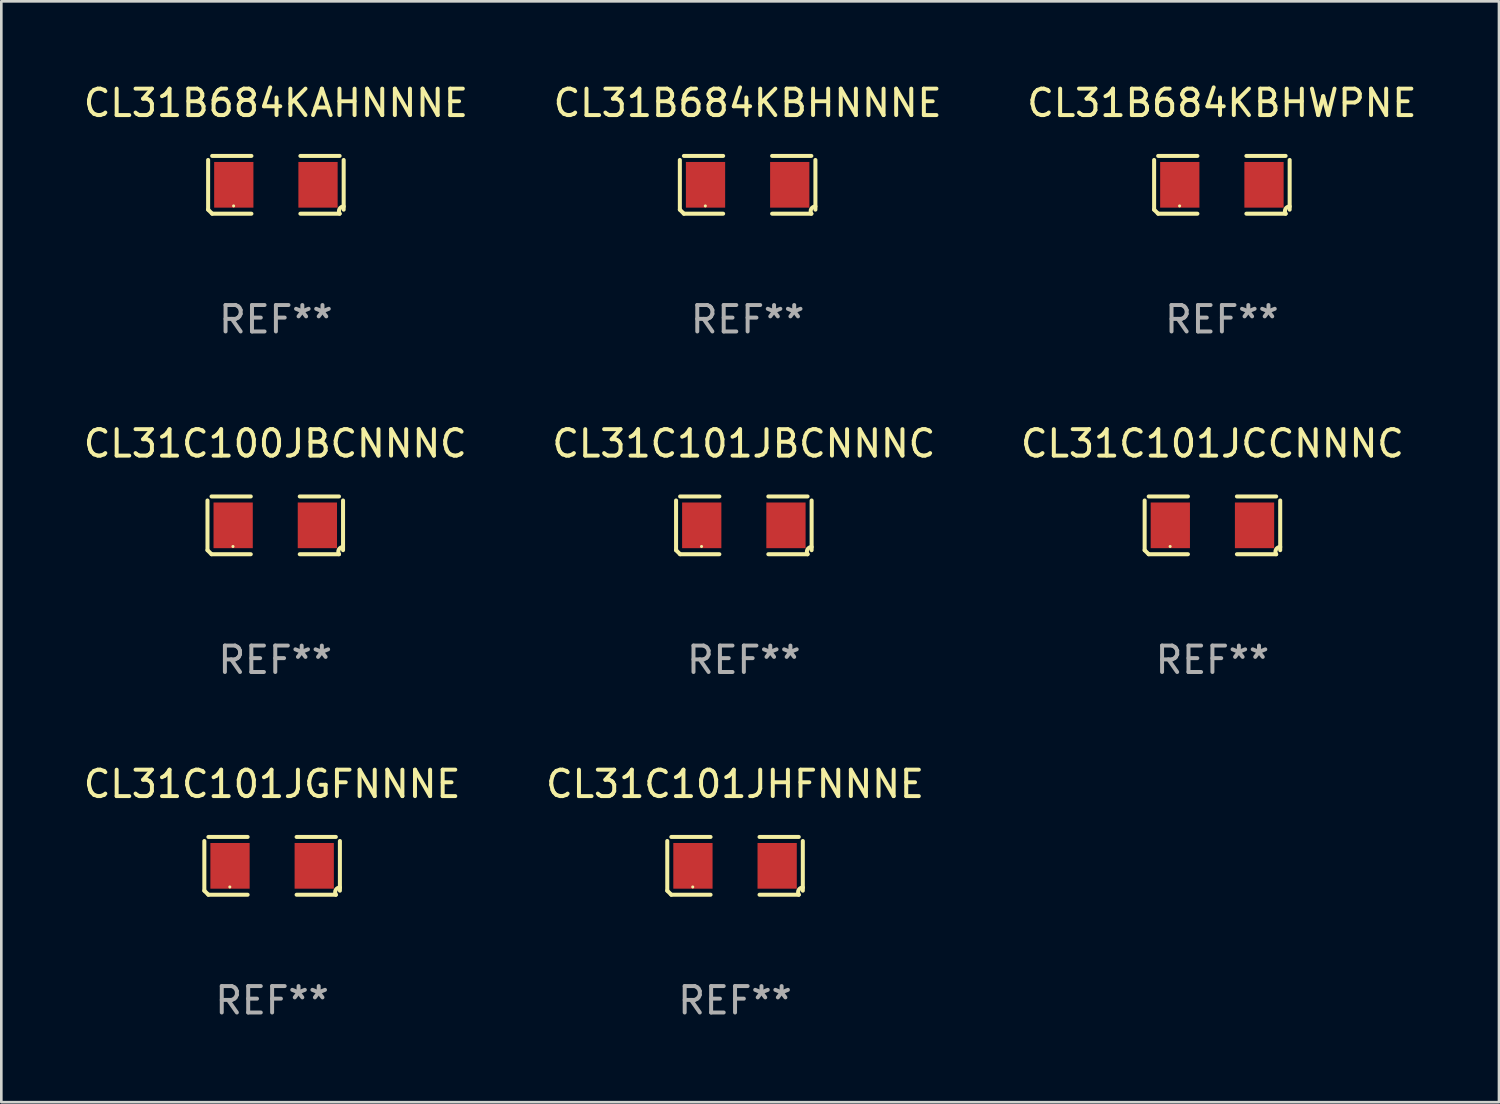
<source format=kicad_pcb>
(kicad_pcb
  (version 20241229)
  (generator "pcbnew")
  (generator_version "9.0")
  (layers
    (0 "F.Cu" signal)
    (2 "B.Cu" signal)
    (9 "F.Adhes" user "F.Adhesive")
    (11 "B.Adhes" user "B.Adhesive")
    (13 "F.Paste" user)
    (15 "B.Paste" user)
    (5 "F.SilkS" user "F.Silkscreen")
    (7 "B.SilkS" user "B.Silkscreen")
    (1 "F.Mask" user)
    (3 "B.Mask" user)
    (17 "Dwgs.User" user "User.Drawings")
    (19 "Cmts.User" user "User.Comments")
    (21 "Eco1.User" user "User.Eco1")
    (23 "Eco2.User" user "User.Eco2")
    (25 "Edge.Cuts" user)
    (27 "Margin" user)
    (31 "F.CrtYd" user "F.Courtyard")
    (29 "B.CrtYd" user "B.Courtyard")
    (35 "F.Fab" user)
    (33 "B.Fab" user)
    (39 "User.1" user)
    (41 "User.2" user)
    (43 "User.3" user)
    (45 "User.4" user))
  (footprint "CL31C101JHFNNNE"
    (layer "F.Cu")
    (at 24.756 29.704)
    (property "Reference" "CL31C101JHFNNNE" (at 0 -3.093 0) (layer "F.SilkS") (effects (font (size 1 1) (thickness 0.15))))
    (attr through_hole)
    (fp_line (start -2.564 0.94) (end -2.564 -0.94) (stroke (width 0.152) (type solid)) (layer "F.SilkS"))
    (fp_line (start -2.411 -1.093) (end -0.926 -1.093) (stroke (width 0.152) (type solid)) (layer "F.SilkS"))
    (fp_line (start -0.926 1.093) (end -2.411 1.093) (stroke (width 0.152) (type solid)) (layer "F.SilkS"))
    (fp_line (start 0.926 1.093) (end 2.411 1.093) (stroke (width 0.152) (type solid)) (layer "F.SilkS"))
    (fp_line (start 2.411 -1.093) (end 0.926 -1.093) (stroke (width 0.152) (type solid)) (layer "F.SilkS"))
    (fp_line (start 2.564 0.94) (end 2.564 -0.94) (stroke (width 0.152) (type solid)) (layer "F.SilkS"))
    (fp_arc (start -2.411201 1.092609) (mid -2.487413 1.01642) (end -2.563602 0.940208) (stroke (width 0.1524) (type solid)) (layer "F.SilkS"))
    (fp_arc (start 2.411201 1.092609) (mid 2.407159 0.911226) (end 2.563602 0.819347) (stroke (width 0.1524) (type solid)) (layer "F.SilkS"))
    (fp_circle (center -1.6 0.8) (end -1.57 0.8) (stroke (width 0.06) (type solid)) (fill no) (layer "F.SilkS"))
    (fp_text user "REF**" (at 0 5.093 0) (layer "F.Fab") (effects (font (size 1 1) (thickness 0.15))))
    (pad "1" smd rect (at -1.593 0) (size 1.485 1.728) (layers "F.Cu" "F.Mask" "F.Paste"))
    (pad "2" smd rect (at 1.593 0) (size 1.485 1.728) (layers "F.Cu" "F.Mask" "F.Paste")))
  (footprint "CL31C101JCCNNNC"
    (layer "F.Cu")
    (at 42.815 16.823)
    (property "Reference" "CL31C101JCCNNNC" (at 0 -3.093 0) (layer "F.SilkS") (effects (font (size 1 1) (thickness 0.15))))
    (attr through_hole)
    (fp_line (start -2.564 0.94) (end -2.564 -0.94) (stroke (width 0.152) (type solid)) (layer "F.SilkS"))
    (fp_line (start -2.411 -1.093) (end -0.926 -1.093) (stroke (width 0.152) (type solid)) (layer "F.SilkS"))
    (fp_line (start -0.926 1.093) (end -2.411 1.093) (stroke (width 0.152) (type solid)) (layer "F.SilkS"))
    (fp_line (start 0.926 1.093) (end 2.411 1.093) (stroke (width 0.152) (type solid)) (layer "F.SilkS"))
    (fp_line (start 2.411 -1.093) (end 0.926 -1.093) (stroke (width 0.152) (type solid)) (layer "F.SilkS"))
    (fp_line (start 2.564 0.94) (end 2.564 -0.94) (stroke (width 0.152) (type solid)) (layer "F.SilkS"))
    (fp_arc (start -2.411201 1.092609) (mid -2.487413 1.01642) (end -2.563602 0.940208) (stroke (width 0.1524) (type solid)) (layer "F.SilkS"))
    (fp_arc (start 2.411201 1.092609) (mid 2.407159 0.911226) (end 2.563602 0.819347) (stroke (width 0.1524) (type solid)) (layer "F.SilkS"))
    (fp_circle (center -1.6 0.8) (end -1.57 0.8) (stroke (width 0.06) (type solid)) (fill no) (layer "F.SilkS"))
    (fp_text user "REF**" (at 0 5.093 0) (layer "F.Fab") (effects (font (size 1 1) (thickness 0.15))))
    (pad "1" smd rect (at -1.593 0) (size 1.485 1.728) (layers "F.Cu" "F.Mask" "F.Paste"))
    (pad "2" smd rect (at 1.593 0) (size 1.485 1.728) (layers "F.Cu" "F.Mask" "F.Paste")))
  (footprint "CL31B684KAHNNNE"
    (layer "F.Cu")
    (at 7.387 3.941)
    (property "Reference" "CL31B684KAHNNNE" (at 0 -3.093 0) (layer "F.SilkS") (effects (font (size 1 1) (thickness 0.15))))
    (attr through_hole)
    (fp_line (start -2.564 0.94) (end -2.564 -0.94) (stroke (width 0.152) (type solid)) (layer "F.SilkS"))
    (fp_line (start -2.411 -1.093) (end -0.926 -1.093) (stroke (width 0.152) (type solid)) (layer "F.SilkS"))
    (fp_line (start -0.926 1.093) (end -2.411 1.093) (stroke (width 0.152) (type solid)) (layer "F.SilkS"))
    (fp_line (start 0.926 1.093) (end 2.411 1.093) (stroke (width 0.152) (type solid)) (layer "F.SilkS"))
    (fp_line (start 2.411 -1.093) (end 0.926 -1.093) (stroke (width 0.152) (type solid)) (layer "F.SilkS"))
    (fp_line (start 2.564 0.94) (end 2.564 -0.94) (stroke (width 0.152) (type solid)) (layer "F.SilkS"))
    (fp_arc (start -2.411201 1.092609) (mid -2.487413 1.01642) (end -2.563602 0.940208) (stroke (width 0.1524) (type solid)) (layer "F.SilkS"))
    (fp_arc (start 2.411201 1.092609) (mid 2.407159 0.911226) (end 2.563602 0.819347) (stroke (width 0.1524) (type solid)) (layer "F.SilkS"))
    (fp_circle (center -1.6 0.8) (end -1.57 0.8) (stroke (width 0.06) (type solid)) (fill no) (layer "F.SilkS"))
    (fp_text user "REF**" (at 0 5.093 0) (layer "F.Fab") (effects (font (size 1 1) (thickness 0.15))))
    (pad "1" smd rect (at -1.593 0) (size 1.485 1.728) (layers "F.Cu" "F.Mask" "F.Paste"))
    (pad "2" smd rect (at 1.593 0) (size 1.485 1.728) (layers "F.Cu" "F.Mask" "F.Paste")))
  (footprint "CL31B684KBHNNNE"
    (layer "F.Cu")
    (at 25.232 3.941)
    (property "Reference" "CL31B684KBHNNNE" (at 0 -3.093 0) (layer "F.SilkS") (effects (font (size 1 1) (thickness 0.15))))
    (attr through_hole)
    (fp_line (start -2.564 0.94) (end -2.564 -0.94) (stroke (width 0.152) (type solid)) (layer "F.SilkS"))
    (fp_line (start -2.411 -1.093) (end -0.926 -1.093) (stroke (width 0.152) (type solid)) (layer "F.SilkS"))
    (fp_line (start -0.926 1.093) (end -2.411 1.093) (stroke (width 0.152) (type solid)) (layer "F.SilkS"))
    (fp_line (start 0.926 1.093) (end 2.411 1.093) (stroke (width 0.152) (type solid)) (layer "F.SilkS"))
    (fp_line (start 2.411 -1.093) (end 0.926 -1.093) (stroke (width 0.152) (type solid)) (layer "F.SilkS"))
    (fp_line (start 2.564 0.94) (end 2.564 -0.94) (stroke (width 0.152) (type solid)) (layer "F.SilkS"))
    (fp_arc (start -2.411201 1.092609) (mid -2.487413 1.01642) (end -2.563602 0.940208) (stroke (width 0.1524) (type solid)) (layer "F.SilkS"))
    (fp_arc (start 2.411201 1.092609) (mid 2.407159 0.911226) (end 2.563602 0.819347) (stroke (width 0.1524) (type solid)) (layer "F.SilkS"))
    (fp_circle (center -1.6 0.8) (end -1.57 0.8) (stroke (width 0.06) (type solid)) (fill no) (layer "F.SilkS"))
    (fp_text user "REF**" (at 0 5.093 0) (layer "F.Fab") (effects (font (size 1 1) (thickness 0.15))))
    (pad "1" smd rect (at -1.593 0) (size 1.485 1.728) (layers "F.Cu" "F.Mask" "F.Paste"))
    (pad "2" smd rect (at 1.593 0) (size 1.485 1.728) (layers "F.Cu" "F.Mask" "F.Paste")))
  (footprint "CL31C101JGFNNNE"
    (layer "F.Cu")
    (at 7.244 29.704)
    (property "Reference" "CL31C101JGFNNNE" (at 0 -3.093 0) (layer "F.SilkS") (effects (font (size 1 1) (thickness 0.15))))
    (attr through_hole)
    (fp_line (start -2.564 0.94) (end -2.564 -0.94) (stroke (width 0.152) (type solid)) (layer "F.SilkS"))
    (fp_line (start -2.411 -1.093) (end -0.926 -1.093) (stroke (width 0.152) (type solid)) (layer "F.SilkS"))
    (fp_line (start -0.926 1.093) (end -2.411 1.093) (stroke (width 0.152) (type solid)) (layer "F.SilkS"))
    (fp_line (start 0.926 1.093) (end 2.411 1.093) (stroke (width 0.152) (type solid)) (layer "F.SilkS"))
    (fp_line (start 2.411 -1.093) (end 0.926 -1.093) (stroke (width 0.152) (type solid)) (layer "F.SilkS"))
    (fp_line (start 2.564 0.94) (end 2.564 -0.94) (stroke (width 0.152) (type solid)) (layer "F.SilkS"))
    (fp_arc (start -2.411201 1.092609) (mid -2.487413 1.01642) (end -2.563602 0.940208) (stroke (width 0.1524) (type solid)) (layer "F.SilkS"))
    (fp_arc (start 2.411201 1.092609) (mid 2.407159 0.911226) (end 2.563602 0.819347) (stroke (width 0.1524) (type solid)) (layer "F.SilkS"))
    (fp_circle (center -1.6 0.8) (end -1.57 0.8) (stroke (width 0.06) (type solid)) (fill no) (layer "F.SilkS"))
    (fp_text user "REF**" (at 0 5.093 0) (layer "F.Fab") (effects (font (size 1 1) (thickness 0.15))))
    (pad "1" smd rect (at -1.593 0) (size 1.485 1.728) (layers "F.Cu" "F.Mask" "F.Paste"))
    (pad "2" smd rect (at 1.593 0) (size 1.485 1.728) (layers "F.Cu" "F.Mask" "F.Paste")))
  (footprint "CL31B684KBHWPNE"
    (layer "F.Cu")
    (at 43.173 3.941)
    (property "Reference" "CL31B684KBHWPNE" (at 0 -3.093 0) (layer "F.SilkS") (effects (font (size 1 1) (thickness 0.15))))
    (attr through_hole)
    (fp_line (start -2.564 0.94) (end -2.564 -0.94) (stroke (width 0.152) (type solid)) (layer "F.SilkS"))
    (fp_line (start -2.411 -1.093) (end -0.926 -1.093) (stroke (width 0.152) (type solid)) (layer "F.SilkS"))
    (fp_line (start -0.926 1.093) (end -2.411 1.093) (stroke (width 0.152) (type solid)) (layer "F.SilkS"))
    (fp_line (start 0.926 1.093) (end 2.411 1.093) (stroke (width 0.152) (type solid)) (layer "F.SilkS"))
    (fp_line (start 2.411 -1.093) (end 0.926 -1.093) (stroke (width 0.152) (type solid)) (layer "F.SilkS"))
    (fp_line (start 2.564 0.94) (end 2.564 -0.94) (stroke (width 0.152) (type solid)) (layer "F.SilkS"))
    (fp_arc (start -2.411201 1.092609) (mid -2.487413 1.01642) (end -2.563602 0.940208) (stroke (width 0.1524) (type solid)) (layer "F.SilkS"))
    (fp_arc (start 2.411201 1.092609) (mid 2.407159 0.911226) (end 2.563602 0.819347) (stroke (width 0.1524) (type solid)) (layer "F.SilkS"))
    (fp_circle (center -1.6 0.8) (end -1.57 0.8) (stroke (width 0.06) (type solid)) (fill no) (layer "F.SilkS"))
    (fp_text user "REF**" (at 0 5.093 0) (layer "F.Fab") (effects (font (size 1 1) (thickness 0.15))))
    (pad "1" smd rect (at -1.593 0) (size 1.485 1.728) (layers "F.Cu" "F.Mask" "F.Paste"))
    (pad "2" smd rect (at 1.593 0) (size 1.485 1.728) (layers "F.Cu" "F.Mask" "F.Paste")))
  (footprint "CL31C100JBCNNNC"
    (layer "F.Cu")
    (at 7.363 16.823)
    (property "Reference" "CL31C100JBCNNNC" (at 0 -3.093 0) (layer "F.SilkS") (effects (font (size 1 1) (thickness 0.15))))
    (attr through_hole)
    (fp_line (start -2.564 0.94) (end -2.564 -0.94) (stroke (width 0.152) (type solid)) (layer "F.SilkS"))
    (fp_line (start -2.411 -1.093) (end -0.926 -1.093) (stroke (width 0.152) (type solid)) (layer "F.SilkS"))
    (fp_line (start -0.926 1.093) (end -2.411 1.093) (stroke (width 0.152) (type solid)) (layer "F.SilkS"))
    (fp_line (start 0.926 1.093) (end 2.411 1.093) (stroke (width 0.152) (type solid)) (layer "F.SilkS"))
    (fp_line (start 2.411 -1.093) (end 0.926 -1.093) (stroke (width 0.152) (type solid)) (layer "F.SilkS"))
    (fp_line (start 2.564 0.94) (end 2.564 -0.94) (stroke (width 0.152) (type solid)) (layer "F.SilkS"))
    (fp_arc (start -2.411201 1.092609) (mid -2.487413 1.01642) (end -2.563602 0.940208) (stroke (width 0.1524) (type solid)) (layer "F.SilkS"))
    (fp_arc (start 2.411201 1.092609) (mid 2.407159 0.911226) (end 2.563602 0.819347) (stroke (width 0.1524) (type solid)) (layer "F.SilkS"))
    (fp_circle (center -1.6 0.8) (end -1.57 0.8) (stroke (width 0.06) (type solid)) (fill no) (layer "F.SilkS"))
    (fp_text user "REF**" (at 0 5.093 0) (layer "F.Fab") (effects (font (size 1 1) (thickness 0.15))))
    (pad "1" smd rect (at -1.593 0) (size 1.485 1.728) (layers "F.Cu" "F.Mask" "F.Paste"))
    (pad "2" smd rect (at 1.593 0) (size 1.485 1.728) (layers "F.Cu" "F.Mask" "F.Paste")))
  (footprint "CL31C101JBCNNNC"
    (layer "F.Cu")
    (at 25.089 16.823)
    (property "Reference" "CL31C101JBCNNNC" (at 0 -3.093 0) (layer "F.SilkS") (effects (font (size 1 1) (thickness 0.15))))
    (attr through_hole)
    (fp_line (start -2.564 0.94) (end -2.564 -0.94) (stroke (width 0.152) (type solid)) (layer "F.SilkS"))
    (fp_line (start -2.411 -1.093) (end -0.926 -1.093) (stroke (width 0.152) (type solid)) (layer "F.SilkS"))
    (fp_line (start -0.926 1.093) (end -2.411 1.093) (stroke (width 0.152) (type solid)) (layer "F.SilkS"))
    (fp_line (start 0.926 1.093) (end 2.411 1.093) (stroke (width 0.152) (type solid)) (layer "F.SilkS"))
    (fp_line (start 2.411 -1.093) (end 0.926 -1.093) (stroke (width 0.152) (type solid)) (layer "F.SilkS"))
    (fp_line (start 2.564 0.94) (end 2.564 -0.94) (stroke (width 0.152) (type solid)) (layer "F.SilkS"))
    (fp_arc (start -2.411201 1.092609) (mid -2.487413 1.01642) (end -2.563602 0.940208) (stroke (width 0.1524) (type solid)) (layer "F.SilkS"))
    (fp_arc (start 2.411201 1.092609) (mid 2.407159 0.911226) (end 2.563602 0.819347) (stroke (width 0.1524) (type solid)) (layer "F.SilkS"))
    (fp_circle (center -1.6 0.8) (end -1.57 0.8) (stroke (width 0.06) (type solid)) (fill no) (layer "F.SilkS"))
    (fp_text user "REF**" (at 0 5.093 0) (layer "F.Fab") (effects (font (size 1 1) (thickness 0.15))))
    (pad "1" smd rect (at -1.593 0) (size 1.485 1.728) (layers "F.Cu" "F.Mask" "F.Paste"))
    (pad "2" smd rect (at 1.593 0) (size 1.485 1.728) (layers "F.Cu" "F.Mask" "F.Paste")))
  (gr_rect
    (start -3 -3)
    (end 53.655 38.645)
    (stroke (width 0.1) (type default))
    (fill no)
    (layer "Edge.Cuts")))
</source>
